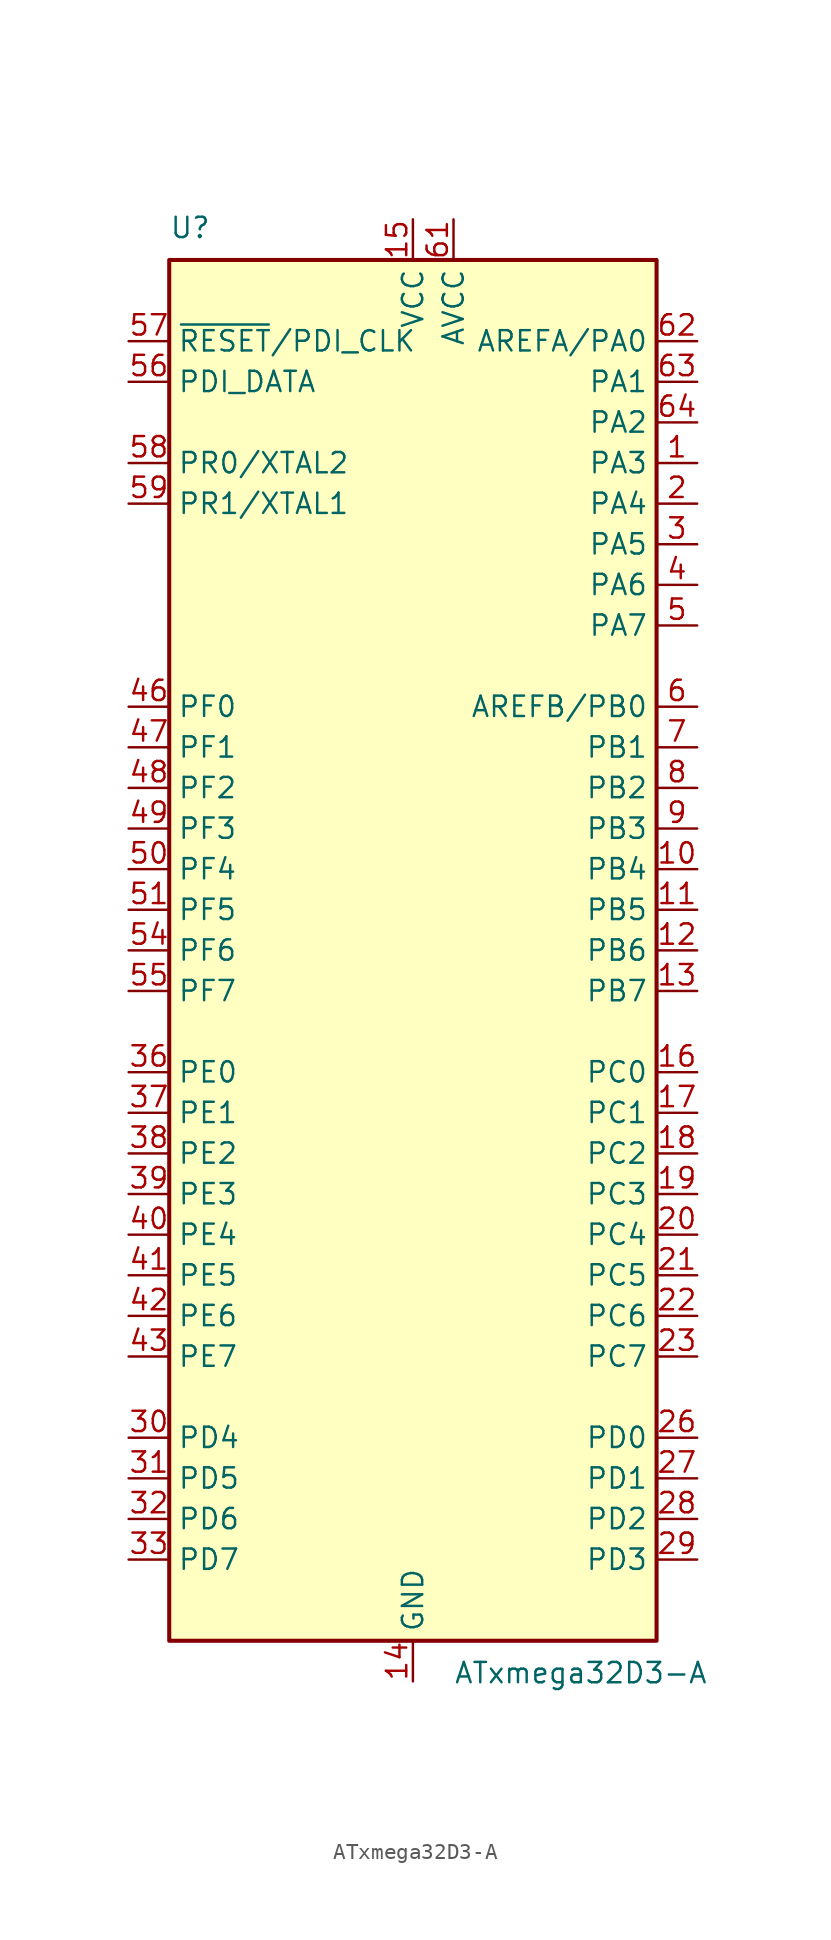
<source format=kicad_sym>
(kicad_symbol_lib
  (version 20231120)
  (generator "kicad_symbol_editor")
  (generator_version "8.0")
  (symbol "ATxmega32D3-A"
    (property "Reference" "U"
      (at -15.24 44.45 0)
      (effects (font (size 1.27 1.27)) (justify left bottom)))
    (property "Value" "ATxmega32D3-A"
      (at 2.54 -44.45 0)
      (effects (font (size 1.27 1.27)) (justify left top)))
    (symbol "ATxmega32D3-A_0_1"
      (rectangle (start -15.24 -43.18) (end 15.24 43.18) (stroke (width 0.254) (type default)) (fill (type background))))
    (symbol "ATxmega32D3-A_1_1"
      (pin bidirectional line (at 17.78 30.48 180) (length 2.54) (name "PA3" (effects (font (size 1.27 1.27)))) (number "1" (effects (font (size 1.27 1.27)))))
      (pin bidirectional line (at 17.78 5.08 180) (length 2.54) (name "PB4" (effects (font (size 1.27 1.27)))) (number "10" (effects (font (size 1.27 1.27)))))
      (pin bidirectional line (at 17.78 2.54 180) (length 2.54) (name "PB5" (effects (font (size 1.27 1.27)))) (number "11" (effects (font (size 1.27 1.27)))))
      (pin bidirectional line (at 17.78 0 180) (length 2.54) (name "PB6" (effects (font (size 1.27 1.27)))) (number "12" (effects (font (size 1.27 1.27)))))
      (pin bidirectional line (at 17.78 -2.54 180) (length 2.54) (name "PB7" (effects (font (size 1.27 1.27)))) (number "13" (effects (font (size 1.27 1.27)))))
      (pin power_in line (at 0 -45.72 90) (length 2.54) (name "GND" (effects (font (size 1.27 1.27)))) (number "14" (effects (font (size 1.27 1.27)))))
      (pin power_in line (at 0 45.72 270) (length 2.54) (name "VCC" (effects (font (size 1.27 1.27)))) (number "15" (effects (font (size 1.27 1.27)))))
      (pin bidirectional line (at 17.78 -7.62 180) (length 2.54) (name "PC0" (effects (font (size 1.27 1.27)))) (number "16" (effects (font (size 1.27 1.27)))))
      (pin bidirectional line (at 17.78 -10.16 180) (length 2.54) (name "PC1" (effects (font (size 1.27 1.27)))) (number "17" (effects (font (size 1.27 1.27)))))
      (pin bidirectional line (at 17.78 -12.7 180) (length 2.54) (name "PC2" (effects (font (size 1.27 1.27)))) (number "18" (effects (font (size 1.27 1.27)))))
      (pin bidirectional line (at 17.78 -15.24 180) (length 2.54) (name "PC3" (effects (font (size 1.27 1.27)))) (number "19" (effects (font (size 1.27 1.27)))))
      (pin bidirectional line (at 17.78 27.94 180) (length 2.54) (name "PA4" (effects (font (size 1.27 1.27)))) (number "2" (effects (font (size 1.27 1.27)))))
      (pin bidirectional line (at 17.78 -17.78 180) (length 2.54) (name "PC4" (effects (font (size 1.27 1.27)))) (number "20" (effects (font (size 1.27 1.27)))))
      (pin bidirectional line (at 17.78 -20.32 180) (length 2.54) (name "PC5" (effects (font (size 1.27 1.27)))) (number "21" (effects (font (size 1.27 1.27)))))
      (pin bidirectional line (at 17.78 -22.86 180) (length 2.54) (name "PC6" (effects (font (size 1.27 1.27)))) (number "22" (effects (font (size 1.27 1.27)))))
      (pin bidirectional line (at 17.78 -25.4 180) (length 2.54) (name "PC7" (effects (font (size 1.27 1.27)))) (number "23" (effects (font (size 1.27 1.27)))))
      (pin passive line (at 0 -45.72 90) (length 2.54) hide (name "GND" (effects (font (size 1.27 1.27)))) (number "24" (effects (font (size 1.27 1.27)))))
      (pin passive line (at 0 45.72 270) (length 2.54) hide (name "VCC" (effects (font (size 1.27 1.27)))) (number "25" (effects (font (size 1.27 1.27)))))
      (pin bidirectional line (at 17.78 -30.48 180) (length 2.54) (name "PD0" (effects (font (size 1.27 1.27)))) (number "26" (effects (font (size 1.27 1.27)))))
      (pin bidirectional line (at 17.78 -33.02 180) (length 2.54) (name "PD1" (effects (font (size 1.27 1.27)))) (number "27" (effects (font (size 1.27 1.27)))))
      (pin bidirectional line (at 17.78 -35.56 180) (length 2.54) (name "PD2" (effects (font (size 1.27 1.27)))) (number "28" (effects (font (size 1.27 1.27)))))
      (pin bidirectional line (at 17.78 -38.1 180) (length 2.54) (name "PD3" (effects (font (size 1.27 1.27)))) (number "29" (effects (font (size 1.27 1.27)))))
      (pin bidirectional line (at 17.78 25.4 180) (length 2.54) (name "PA5" (effects (font (size 1.27 1.27)))) (number "3" (effects (font (size 1.27 1.27)))))
      (pin bidirectional line (at -17.78 -30.48 0) (length 2.54) (name "PD4" (effects (font (size 1.27 1.27)))) (number "30" (effects (font (size 1.27 1.27)))))
      (pin bidirectional line (at -17.78 -33.02 0) (length 2.54) (name "PD5" (effects (font (size 1.27 1.27)))) (number "31" (effects (font (size 1.27 1.27)))))
      (pin bidirectional line (at -17.78 -35.56 0) (length 2.54) (name "PD6" (effects (font (size 1.27 1.27)))) (number "32" (effects (font (size 1.27 1.27)))))
      (pin bidirectional line (at -17.78 -38.1 0) (length 2.54) (name "PD7" (effects (font (size 1.27 1.27)))) (number "33" (effects (font (size 1.27 1.27)))))
      (pin passive line (at 0 -45.72 90) (length 2.54) hide (name "GND" (effects (font (size 1.27 1.27)))) (number "34" (effects (font (size 1.27 1.27)))))
      (pin passive line (at 0 45.72 270) (length 2.54) hide (name "VCC" (effects (font (size 1.27 1.27)))) (number "35" (effects (font (size 1.27 1.27)))))
      (pin bidirectional line (at -17.78 -7.62 0) (length 2.54) (name "PE0" (effects (font (size 1.27 1.27)))) (number "36" (effects (font (size 1.27 1.27)))))
      (pin bidirectional line (at -17.78 -10.16 0) (length 2.54) (name "PE1" (effects (font (size 1.27 1.27)))) (number "37" (effects (font (size 1.27 1.27)))))
      (pin bidirectional line (at -17.78 -12.7 0) (length 2.54) (name "PE2" (effects (font (size 1.27 1.27)))) (number "38" (effects (font (size 1.27 1.27)))))
      (pin bidirectional line (at -17.78 -15.24 0) (length 2.54) (name "PE3" (effects (font (size 1.27 1.27)))) (number "39" (effects (font (size 1.27 1.27)))))
      (pin bidirectional line (at 17.78 22.86 180) (length 2.54) (name "PA6" (effects (font (size 1.27 1.27)))) (number "4" (effects (font (size 1.27 1.27)))))
      (pin bidirectional line (at -17.78 -17.78 0) (length 2.54) (name "PE4" (effects (font (size 1.27 1.27)))) (number "40" (effects (font (size 1.27 1.27)))))
      (pin bidirectional line (at -17.78 -20.32 0) (length 2.54) (name "PE5" (effects (font (size 1.27 1.27)))) (number "41" (effects (font (size 1.27 1.27)))))
      (pin bidirectional line (at -17.78 -22.86 0) (length 2.54) (name "PE6" (effects (font (size 1.27 1.27)))) (number "42" (effects (font (size 1.27 1.27)))))
      (pin bidirectional line (at -17.78 -25.4 0) (length 2.54) (name "PE7" (effects (font (size 1.27 1.27)))) (number "43" (effects (font (size 1.27 1.27)))))
      (pin passive line (at 0 -45.72 90) (length 2.54) hide (name "GND" (effects (font (size 1.27 1.27)))) (number "44" (effects (font (size 1.27 1.27)))))
      (pin passive line (at 0 45.72 270) (length 2.54) hide (name "VCC" (effects (font (size 1.27 1.27)))) (number "45" (effects (font (size 1.27 1.27)))))
      (pin bidirectional line (at -17.78 15.24 0) (length 2.54) (name "PF0" (effects (font (size 1.27 1.27)))) (number "46" (effects (font (size 1.27 1.27)))))
      (pin bidirectional line (at -17.78 12.7 0) (length 2.54) (name "PF1" (effects (font (size 1.27 1.27)))) (number "47" (effects (font (size 1.27 1.27)))))
      (pin bidirectional line (at -17.78 10.16 0) (length 2.54) (name "PF2" (effects (font (size 1.27 1.27)))) (number "48" (effects (font (size 1.27 1.27)))))
      (pin bidirectional line (at -17.78 7.62 0) (length 2.54) (name "PF3" (effects (font (size 1.27 1.27)))) (number "49" (effects (font (size 1.27 1.27)))))
      (pin bidirectional line (at 17.78 20.32 180) (length 2.54) (name "PA7" (effects (font (size 1.27 1.27)))) (number "5" (effects (font (size 1.27 1.27)))))
      (pin bidirectional line (at -17.78 5.08 0) (length 2.54) (name "PF4" (effects (font (size 1.27 1.27)))) (number "50" (effects (font (size 1.27 1.27)))))
      (pin bidirectional line (at -17.78 2.54 0) (length 2.54) (name "PF5" (effects (font (size 1.27 1.27)))) (number "51" (effects (font (size 1.27 1.27)))))
      (pin passive line (at 0 -45.72 90) (length 2.54) hide (name "GND" (effects (font (size 1.27 1.27)))) (number "52" (effects (font (size 1.27 1.27)))))
      (pin passive line (at 0 45.72 270) (length 2.54) hide (name "VCC" (effects (font (size 1.27 1.27)))) (number "53" (effects (font (size 1.27 1.27)))))
      (pin bidirectional line (at -17.78 0 0) (length 2.54) (name "PF6" (effects (font (size 1.27 1.27)))) (number "54" (effects (font (size 1.27 1.27)))))
      (pin bidirectional line (at -17.78 -2.54 0) (length 2.54) (name "PF7" (effects (font (size 1.27 1.27)))) (number "55" (effects (font (size 1.27 1.27)))))
      (pin bidirectional line (at -17.78 35.56 0) (length 2.54) (name "PDI_DATA" (effects (font (size 1.27 1.27)))) (number "56" (effects (font (size 1.27 1.27)))))
      (pin input line (at -17.78 38.1 0) (length 2.54) (name "~{RESET}/PDI_CLK" (effects (font (size 1.27 1.27)))) (number "57" (effects (font (size 1.27 1.27)))))
      (pin bidirectional line (at -17.78 30.48 0) (length 2.54) (name "PR0/XTAL2" (effects (font (size 1.27 1.27)))) (number "58" (effects (font (size 1.27 1.27)))))
      (pin bidirectional line (at -17.78 27.94 0) (length 2.54) (name "PR1/XTAL1" (effects (font (size 1.27 1.27)))) (number "59" (effects (font (size 1.27 1.27)))))
      (pin bidirectional line (at 17.78 15.24 180) (length 2.54) (name "AREFB/PB0" (effects (font (size 1.27 1.27)))) (number "6" (effects (font (size 1.27 1.27)))))
      (pin passive line (at 0 -45.72 90) (length 2.54) hide (name "GND" (effects (font (size 1.27 1.27)))) (number "60" (effects (font (size 1.27 1.27)))))
      (pin power_in line (at 2.54 45.72 270) (length 2.54) (name "AVCC" (effects (font (size 1.27 1.27)))) (number "61" (effects (font (size 1.27 1.27)))))
      (pin bidirectional line (at 17.78 38.1 180) (length 2.54) (name "AREFA/PA0" (effects (font (size 1.27 1.27)))) (number "62" (effects (font (size 1.27 1.27)))))
      (pin bidirectional line (at 17.78 35.56 180) (length 2.54) (name "PA1" (effects (font (size 1.27 1.27)))) (number "63" (effects (font (size 1.27 1.27)))))
      (pin bidirectional line (at 17.78 33.02 180) (length 2.54) (name "PA2" (effects (font (size 1.27 1.27)))) (number "64" (effects (font (size 1.27 1.27)))))
      (pin bidirectional line (at 17.78 12.7 180) (length 2.54) (name "PB1" (effects (font (size 1.27 1.27)))) (number "7" (effects (font (size 1.27 1.27)))))
      (pin bidirectional line (at 17.78 10.16 180) (length 2.54) (name "PB2" (effects (font (size 1.27 1.27)))) (number "8" (effects (font (size 1.27 1.27)))))
      (pin bidirectional line (at 17.78 7.62 180) (length 2.54) (name "PB3" (effects (font (size 1.27 1.27)))) (number "9" (effects (font (size 1.27 1.27))))))))
</source>
